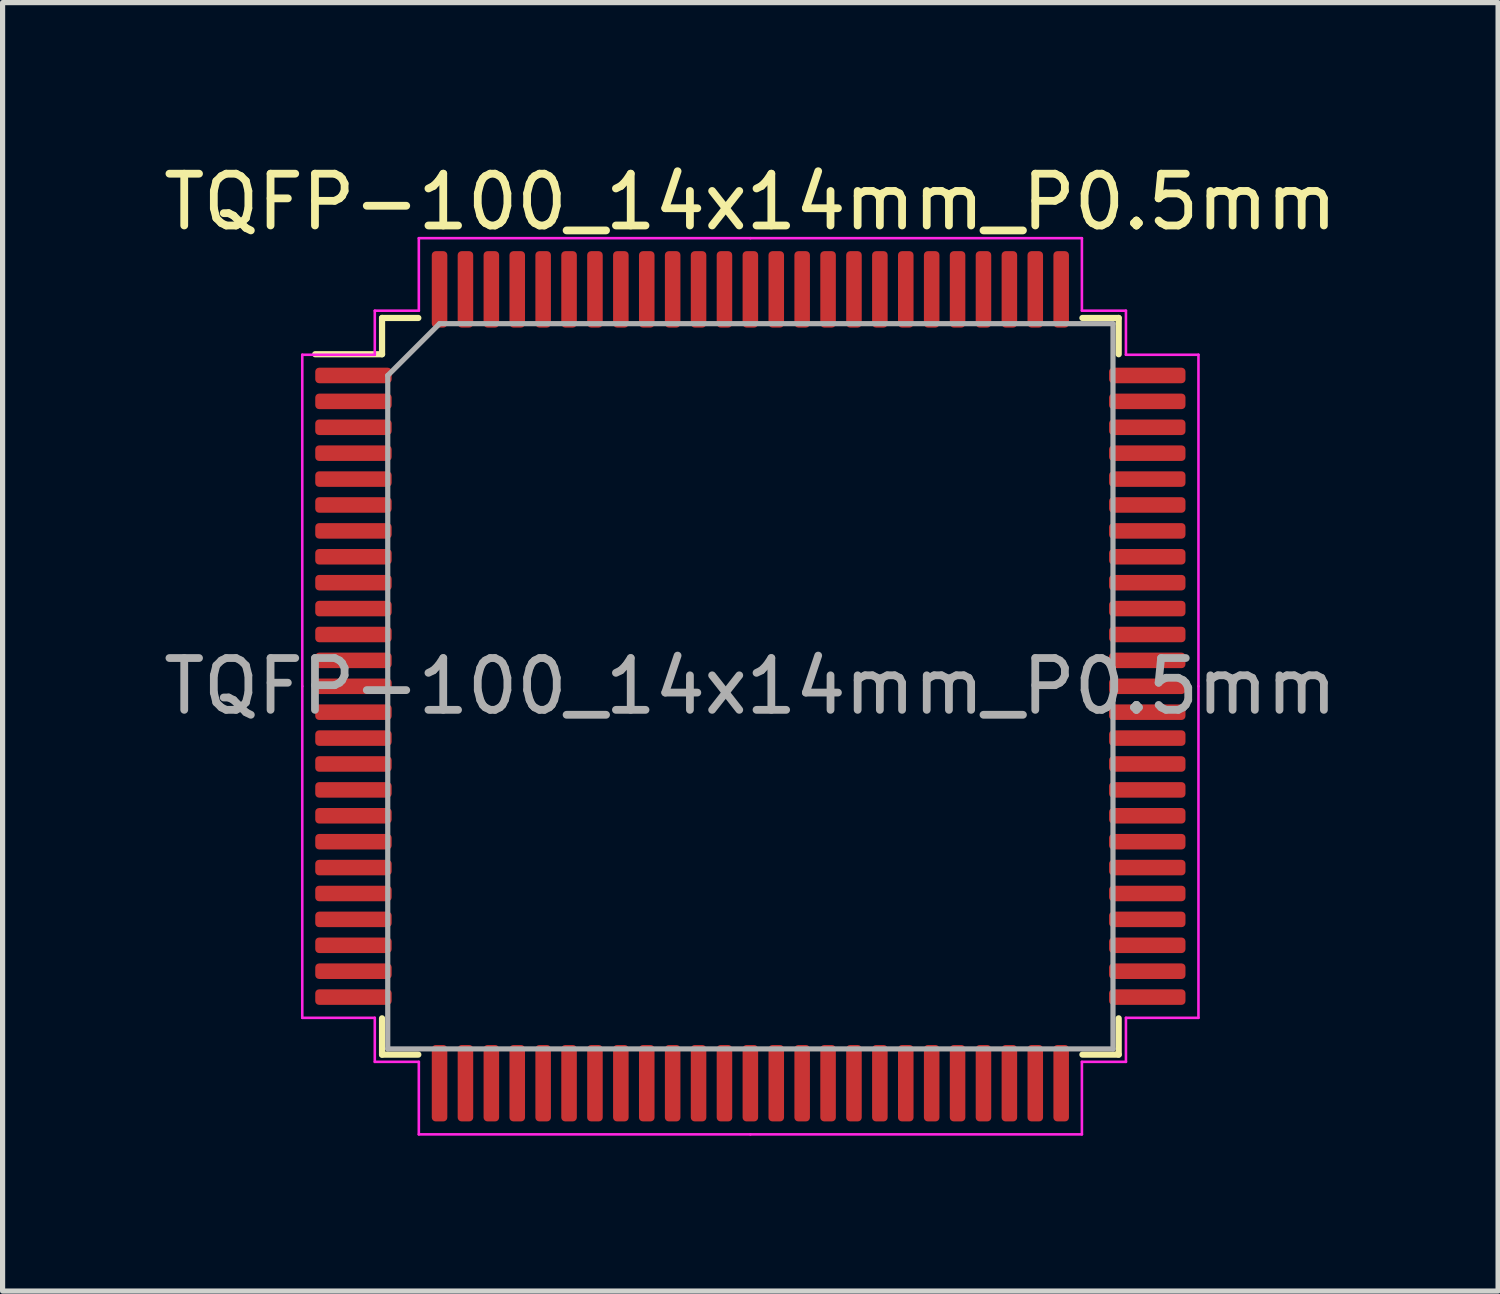
<source format=kicad_pcb>
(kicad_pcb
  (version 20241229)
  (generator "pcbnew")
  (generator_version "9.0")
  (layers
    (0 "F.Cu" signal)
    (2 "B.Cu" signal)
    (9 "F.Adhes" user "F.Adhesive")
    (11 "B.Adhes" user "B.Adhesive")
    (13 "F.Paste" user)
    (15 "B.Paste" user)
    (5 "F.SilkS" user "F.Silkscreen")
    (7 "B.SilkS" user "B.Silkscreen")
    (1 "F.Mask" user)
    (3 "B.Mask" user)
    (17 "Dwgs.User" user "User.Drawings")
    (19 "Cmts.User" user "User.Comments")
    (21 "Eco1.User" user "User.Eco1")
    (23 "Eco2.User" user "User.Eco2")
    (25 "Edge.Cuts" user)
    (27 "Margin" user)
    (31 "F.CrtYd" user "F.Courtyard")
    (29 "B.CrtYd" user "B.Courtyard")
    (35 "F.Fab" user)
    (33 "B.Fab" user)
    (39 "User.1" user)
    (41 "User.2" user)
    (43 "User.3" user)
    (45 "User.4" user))
  (footprint "TQFP-100_14x14mm_P0.5mm"
    (layer "F.Cu")
    (at 11.435 10.198)
    (property "Reference" "TQFP-100_14x14mm_P0.5mm" (at 0 -9.35 0) (layer "F.SilkS") (effects (font (size 1 1) (thickness 0.15))))
    (attr smd)
    (fp_line (start -7.11 -7.11) (end -7.11 -6.41) (stroke (width 0.12) (type solid)) (layer "F.SilkS"))
    (fp_line (start -7.11 -6.41) (end -8.4 -6.41) (stroke (width 0.12) (type solid)) (layer "F.SilkS"))
    (fp_line (start -7.11 7.11) (end -7.11 6.41) (stroke (width 0.12) (type solid)) (layer "F.SilkS"))
    (fp_line (start -6.41 -7.11) (end -7.11 -7.11) (stroke (width 0.12) (type solid)) (layer "F.SilkS"))
    (fp_line (start -6.41 7.11) (end -7.11 7.11) (stroke (width 0.12) (type solid)) (layer "F.SilkS"))
    (fp_line (start 6.41 -7.11) (end 7.11 -7.11) (stroke (width 0.12) (type solid)) (layer "F.SilkS"))
    (fp_line (start 6.41 7.11) (end 7.11 7.11) (stroke (width 0.12) (type solid)) (layer "F.SilkS"))
    (fp_line (start 7.11 -7.11) (end 7.11 -6.41) (stroke (width 0.12) (type solid)) (layer "F.SilkS"))
    (fp_line (start 7.11 7.11) (end 7.11 6.41) (stroke (width 0.12) (type solid)) (layer "F.SilkS"))
    (fp_line (start -8.65 -6.4) (end -8.65 0) (stroke (width 0.05) (type solid)) (layer "F.CrtYd"))
    (fp_line (start -8.65 6.4) (end -8.65 0) (stroke (width 0.05) (type solid)) (layer "F.CrtYd"))
    (fp_line (start -7.25 -7.25) (end -7.25 -6.4) (stroke (width 0.05) (type solid)) (layer "F.CrtYd"))
    (fp_line (start -7.25 -6.4) (end -8.65 -6.4) (stroke (width 0.05) (type solid)) (layer "F.CrtYd"))
    (fp_line (start -7.25 6.4) (end -8.65 6.4) (stroke (width 0.05) (type solid)) (layer "F.CrtYd"))
    (fp_line (start -7.25 7.25) (end -7.25 6.4) (stroke (width 0.05) (type solid)) (layer "F.CrtYd"))
    (fp_line (start -6.4 -8.65) (end -6.4 -7.25) (stroke (width 0.05) (type solid)) (layer "F.CrtYd"))
    (fp_line (start -6.4 -7.25) (end -7.25 -7.25) (stroke (width 0.05) (type solid)) (layer "F.CrtYd"))
    (fp_line (start -6.4 7.25) (end -7.25 7.25) (stroke (width 0.05) (type solid)) (layer "F.CrtYd"))
    (fp_line (start -6.4 8.65) (end -6.4 7.25) (stroke (width 0.05) (type solid)) (layer "F.CrtYd"))
    (fp_line (start 0 -8.65) (end -6.4 -8.65) (stroke (width 0.05) (type solid)) (layer "F.CrtYd"))
    (fp_line (start 0 -8.65) (end 6.4 -8.65) (stroke (width 0.05) (type solid)) (layer "F.CrtYd"))
    (fp_line (start 0 8.65) (end -6.4 8.65) (stroke (width 0.05) (type solid)) (layer "F.CrtYd"))
    (fp_line (start 0 8.65) (end 6.4 8.65) (stroke (width 0.05) (type solid)) (layer "F.CrtYd"))
    (fp_line (start 6.4 -8.65) (end 6.4 -7.25) (stroke (width 0.05) (type solid)) (layer "F.CrtYd"))
    (fp_line (start 6.4 -7.25) (end 7.25 -7.25) (stroke (width 0.05) (type solid)) (layer "F.CrtYd"))
    (fp_line (start 6.4 7.25) (end 7.25 7.25) (stroke (width 0.05) (type solid)) (layer "F.CrtYd"))
    (fp_line (start 6.4 8.65) (end 6.4 7.25) (stroke (width 0.05) (type solid)) (layer "F.CrtYd"))
    (fp_line (start 7.25 -7.25) (end 7.25 -6.4) (stroke (width 0.05) (type solid)) (layer "F.CrtYd"))
    (fp_line (start 7.25 -6.4) (end 8.65 -6.4) (stroke (width 0.05) (type solid)) (layer "F.CrtYd"))
    (fp_line (start 7.25 6.4) (end 8.65 6.4) (stroke (width 0.05) (type solid)) (layer "F.CrtYd"))
    (fp_line (start 7.25 7.25) (end 7.25 6.4) (stroke (width 0.05) (type solid)) (layer "F.CrtYd"))
    (fp_line (start 8.65 -6.4) (end 8.65 0) (stroke (width 0.05) (type solid)) (layer "F.CrtYd"))
    (fp_line (start 8.65 6.4) (end 8.65 0) (stroke (width 0.05) (type solid)) (layer "F.CrtYd"))
    (fp_line (start -7 -6) (end -6 -7) (stroke (width 0.1) (type solid)) (layer "F.Fab"))
    (fp_line (start -7 7) (end -7 -6) (stroke (width 0.1) (type solid)) (layer "F.Fab"))
    (fp_line (start -6 -7) (end 7 -7) (stroke (width 0.1) (type solid)) (layer "F.Fab"))
    (fp_line (start 7 -7) (end 7 7) (stroke (width 0.1) (type solid)) (layer "F.Fab"))
    (fp_line (start 7 7) (end -7 7) (stroke (width 0.1) (type solid)) (layer "F.Fab"))
    (fp_text user "${REFERENCE}" (at 0 0 0) (layer "F.Fab") (effects (font (size 1 1) (thickness 0.15))))
    (pad "1" smd roundrect (at -7.662 -6) (size 1.475 0.3) (layers "F.Cu" "F.Mask" "F.Paste") (roundrect_rratio 0.25))
    (pad "2" smd roundrect (at -7.662 -5.5) (size 1.475 0.3) (layers "F.Cu" "F.Mask" "F.Paste") (roundrect_rratio 0.25))
    (pad "3" smd roundrect (at -7.662 -5) (size 1.475 0.3) (layers "F.Cu" "F.Mask" "F.Paste") (roundrect_rratio 0.25))
    (pad "4" smd roundrect (at -7.662 -4.5) (size 1.475 0.3) (layers "F.Cu" "F.Mask" "F.Paste") (roundrect_rratio 0.25))
    (pad "5" smd roundrect (at -7.662 -4) (size 1.475 0.3) (layers "F.Cu" "F.Mask" "F.Paste") (roundrect_rratio 0.25))
    (pad "6" smd roundrect (at -7.662 -3.5) (size 1.475 0.3) (layers "F.Cu" "F.Mask" "F.Paste") (roundrect_rratio 0.25))
    (pad "7" smd roundrect (at -7.662 -3) (size 1.475 0.3) (layers "F.Cu" "F.Mask" "F.Paste") (roundrect_rratio 0.25))
    (pad "8" smd roundrect (at -7.662 -2.5) (size 1.475 0.3) (layers "F.Cu" "F.Mask" "F.Paste") (roundrect_rratio 0.25))
    (pad "9" smd roundrect (at -7.662 -2) (size 1.475 0.3) (layers "F.Cu" "F.Mask" "F.Paste") (roundrect_rratio 0.25))
    (pad "10" smd roundrect (at -7.662 -1.5) (size 1.475 0.3) (layers "F.Cu" "F.Mask" "F.Paste") (roundrect_rratio 0.25))
    (pad "11" smd roundrect (at -7.662 -1) (size 1.475 0.3) (layers "F.Cu" "F.Mask" "F.Paste") (roundrect_rratio 0.25))
    (pad "12" smd roundrect (at -7.662 -0.5) (size 1.475 0.3) (layers "F.Cu" "F.Mask" "F.Paste") (roundrect_rratio 0.25))
    (pad "13" smd roundrect (at -7.662 0) (size 1.475 0.3) (layers "F.Cu" "F.Mask" "F.Paste") (roundrect_rratio 0.25))
    (pad "14" smd roundrect (at -7.662 0.5) (size 1.475 0.3) (layers "F.Cu" "F.Mask" "F.Paste") (roundrect_rratio 0.25))
    (pad "15" smd roundrect (at -7.662 1) (size 1.475 0.3) (layers "F.Cu" "F.Mask" "F.Paste") (roundrect_rratio 0.25))
    (pad "16" smd roundrect (at -7.662 1.5) (size 1.475 0.3) (layers "F.Cu" "F.Mask" "F.Paste") (roundrect_rratio 0.25))
    (pad "17" smd roundrect (at -7.662 2) (size 1.475 0.3) (layers "F.Cu" "F.Mask" "F.Paste") (roundrect_rratio 0.25))
    (pad "18" smd roundrect (at -7.662 2.5) (size 1.475 0.3) (layers "F.Cu" "F.Mask" "F.Paste") (roundrect_rratio 0.25))
    (pad "19" smd roundrect (at -7.662 3) (size 1.475 0.3) (layers "F.Cu" "F.Mask" "F.Paste") (roundrect_rratio 0.25))
    (pad "20" smd roundrect (at -7.662 3.5) (size 1.475 0.3) (layers "F.Cu" "F.Mask" "F.Paste") (roundrect_rratio 0.25))
    (pad "21" smd roundrect (at -7.662 4) (size 1.475 0.3) (layers "F.Cu" "F.Mask" "F.Paste") (roundrect_rratio 0.25))
    (pad "22" smd roundrect (at -7.662 4.5) (size 1.475 0.3) (layers "F.Cu" "F.Mask" "F.Paste") (roundrect_rratio 0.25))
    (pad "23" smd roundrect (at -7.662 5) (size 1.475 0.3) (layers "F.Cu" "F.Mask" "F.Paste") (roundrect_rratio 0.25))
    (pad "24" smd roundrect (at -7.662 5.5) (size 1.475 0.3) (layers "F.Cu" "F.Mask" "F.Paste") (roundrect_rratio 0.25))
    (pad "25" smd roundrect (at -7.662 6) (size 1.475 0.3) (layers "F.Cu" "F.Mask" "F.Paste") (roundrect_rratio 0.25))
    (pad "26" smd roundrect (at -6 7.662) (size 0.3 1.475) (layers "F.Cu" "F.Mask" "F.Paste") (roundrect_rratio 0.25))
    (pad "27" smd roundrect (at -5.5 7.662) (size 0.3 1.475) (layers "F.Cu" "F.Mask" "F.Paste") (roundrect_rratio 0.25))
    (pad "28" smd roundrect (at -5 7.662) (size 0.3 1.475) (layers "F.Cu" "F.Mask" "F.Paste") (roundrect_rratio 0.25))
    (pad "29" smd roundrect (at -4.5 7.662) (size 0.3 1.475) (layers "F.Cu" "F.Mask" "F.Paste") (roundrect_rratio 0.25))
    (pad "30" smd roundrect (at -4 7.662) (size 0.3 1.475) (layers "F.Cu" "F.Mask" "F.Paste") (roundrect_rratio 0.25))
    (pad "31" smd roundrect (at -3.5 7.662) (size 0.3 1.475) (layers "F.Cu" "F.Mask" "F.Paste") (roundrect_rratio 0.25))
    (pad "32" smd roundrect (at -3 7.662) (size 0.3 1.475) (layers "F.Cu" "F.Mask" "F.Paste") (roundrect_rratio 0.25))
    (pad "33" smd roundrect (at -2.5 7.662) (size 0.3 1.475) (layers "F.Cu" "F.Mask" "F.Paste") (roundrect_rratio 0.25))
    (pad "34" smd roundrect (at -2 7.662) (size 0.3 1.475) (layers "F.Cu" "F.Mask" "F.Paste") (roundrect_rratio 0.25))
    (pad "35" smd roundrect (at -1.5 7.662) (size 0.3 1.475) (layers "F.Cu" "F.Mask" "F.Paste") (roundrect_rratio 0.25))
    (pad "36" smd roundrect (at -1 7.662) (size 0.3 1.475) (layers "F.Cu" "F.Mask" "F.Paste") (roundrect_rratio 0.25))
    (pad "37" smd roundrect (at -0.5 7.662) (size 0.3 1.475) (layers "F.Cu" "F.Mask" "F.Paste") (roundrect_rratio 0.25))
    (pad "38" smd roundrect (at 0 7.662) (size 0.3 1.475) (layers "F.Cu" "F.Mask" "F.Paste") (roundrect_rratio 0.25))
    (pad "39" smd roundrect (at 0.5 7.662) (size 0.3 1.475) (layers "F.Cu" "F.Mask" "F.Paste") (roundrect_rratio 0.25))
    (pad "40" smd roundrect (at 1 7.662) (size 0.3 1.475) (layers "F.Cu" "F.Mask" "F.Paste") (roundrect_rratio 0.25))
    (pad "41" smd roundrect (at 1.5 7.662) (size 0.3 1.475) (layers "F.Cu" "F.Mask" "F.Paste") (roundrect_rratio 0.25))
    (pad "42" smd roundrect (at 2 7.662) (size 0.3 1.475) (layers "F.Cu" "F.Mask" "F.Paste") (roundrect_rratio 0.25))
    (pad "43" smd roundrect (at 2.5 7.662) (size 0.3 1.475) (layers "F.Cu" "F.Mask" "F.Paste") (roundrect_rratio 0.25))
    (pad "44" smd roundrect (at 3 7.662) (size 0.3 1.475) (layers "F.Cu" "F.Mask" "F.Paste") (roundrect_rratio 0.25))
    (pad "45" smd roundrect (at 3.5 7.662) (size 0.3 1.475) (layers "F.Cu" "F.Mask" "F.Paste") (roundrect_rratio 0.25))
    (pad "46" smd roundrect (at 4 7.662) (size 0.3 1.475) (layers "F.Cu" "F.Mask" "F.Paste") (roundrect_rratio 0.25))
    (pad "47" smd roundrect (at 4.5 7.662) (size 0.3 1.475) (layers "F.Cu" "F.Mask" "F.Paste") (roundrect_rratio 0.25))
    (pad "48" smd roundrect (at 5 7.662) (size 0.3 1.475) (layers "F.Cu" "F.Mask" "F.Paste") (roundrect_rratio 0.25))
    (pad "49" smd roundrect (at 5.5 7.662) (size 0.3 1.475) (layers "F.Cu" "F.Mask" "F.Paste") (roundrect_rratio 0.25))
    (pad "50" smd roundrect (at 6 7.662) (size 0.3 1.475) (layers "F.Cu" "F.Mask" "F.Paste") (roundrect_rratio 0.25))
    (pad "51" smd roundrect (at 7.662 6) (size 1.475 0.3) (layers "F.Cu" "F.Mask" "F.Paste") (roundrect_rratio 0.25))
    (pad "52" smd roundrect (at 7.662 5.5) (size 1.475 0.3) (layers "F.Cu" "F.Mask" "F.Paste") (roundrect_rratio 0.25))
    (pad "53" smd roundrect (at 7.662 5) (size 1.475 0.3) (layers "F.Cu" "F.Mask" "F.Paste") (roundrect_rratio 0.25))
    (pad "54" smd roundrect (at 7.662 4.5) (size 1.475 0.3) (layers "F.Cu" "F.Mask" "F.Paste") (roundrect_rratio 0.25))
    (pad "55" smd roundrect (at 7.662 4) (size 1.475 0.3) (layers "F.Cu" "F.Mask" "F.Paste") (roundrect_rratio 0.25))
    (pad "56" smd roundrect (at 7.662 3.5) (size 1.475 0.3) (layers "F.Cu" "F.Mask" "F.Paste") (roundrect_rratio 0.25))
    (pad "57" smd roundrect (at 7.662 3) (size 1.475 0.3) (layers "F.Cu" "F.Mask" "F.Paste") (roundrect_rratio 0.25))
    (pad "58" smd roundrect (at 7.662 2.5) (size 1.475 0.3) (layers "F.Cu" "F.Mask" "F.Paste") (roundrect_rratio 0.25))
    (pad "59" smd roundrect (at 7.662 2) (size 1.475 0.3) (layers "F.Cu" "F.Mask" "F.Paste") (roundrect_rratio 0.25))
    (pad "60" smd roundrect (at 7.662 1.5) (size 1.475 0.3) (layers "F.Cu" "F.Mask" "F.Paste") (roundrect_rratio 0.25))
    (pad "61" smd roundrect (at 7.662 1) (size 1.475 0.3) (layers "F.Cu" "F.Mask" "F.Paste") (roundrect_rratio 0.25))
    (pad "62" smd roundrect (at 7.662 0.5) (size 1.475 0.3) (layers "F.Cu" "F.Mask" "F.Paste") (roundrect_rratio 0.25))
    (pad "63" smd roundrect (at 7.662 0) (size 1.475 0.3) (layers "F.Cu" "F.Mask" "F.Paste") (roundrect_rratio 0.25))
    (pad "64" smd roundrect (at 7.662 -0.5) (size 1.475 0.3) (layers "F.Cu" "F.Mask" "F.Paste") (roundrect_rratio 0.25))
    (pad "65" smd roundrect (at 7.662 -1) (size 1.475 0.3) (layers "F.Cu" "F.Mask" "F.Paste") (roundrect_rratio 0.25))
    (pad "66" smd roundrect (at 7.662 -1.5) (size 1.475 0.3) (layers "F.Cu" "F.Mask" "F.Paste") (roundrect_rratio 0.25))
    (pad "67" smd roundrect (at 7.662 -2) (size 1.475 0.3) (layers "F.Cu" "F.Mask" "F.Paste") (roundrect_rratio 0.25))
    (pad "68" smd roundrect (at 7.662 -2.5) (size 1.475 0.3) (layers "F.Cu" "F.Mask" "F.Paste") (roundrect_rratio 0.25))
    (pad "69" smd roundrect (at 7.662 -3) (size 1.475 0.3) (layers "F.Cu" "F.Mask" "F.Paste") (roundrect_rratio 0.25))
    (pad "70" smd roundrect (at 7.662 -3.5) (size 1.475 0.3) (layers "F.Cu" "F.Mask" "F.Paste") (roundrect_rratio 0.25))
    (pad "71" smd roundrect (at 7.662 -4) (size 1.475 0.3) (layers "F.Cu" "F.Mask" "F.Paste") (roundrect_rratio 0.25))
    (pad "72" smd roundrect (at 7.662 -4.5) (size 1.475 0.3) (layers "F.Cu" "F.Mask" "F.Paste") (roundrect_rratio 0.25))
    (pad "73" smd roundrect (at 7.662 -5) (size 1.475 0.3) (layers "F.Cu" "F.Mask" "F.Paste") (roundrect_rratio 0.25))
    (pad "74" smd roundrect (at 7.662 -5.5) (size 1.475 0.3) (layers "F.Cu" "F.Mask" "F.Paste") (roundrect_rratio 0.25))
    (pad "75" smd roundrect (at 7.662 -6) (size 1.475 0.3) (layers "F.Cu" "F.Mask" "F.Paste") (roundrect_rratio 0.25))
    (pad "76" smd roundrect (at 6 -7.662) (size 0.3 1.475) (layers "F.Cu" "F.Mask" "F.Paste") (roundrect_rratio 0.25))
    (pad "77" smd roundrect (at 5.5 -7.662) (size 0.3 1.475) (layers "F.Cu" "F.Mask" "F.Paste") (roundrect_rratio 0.25))
    (pad "78" smd roundrect (at 5 -7.662) (size 0.3 1.475) (layers "F.Cu" "F.Mask" "F.Paste") (roundrect_rratio 0.25))
    (pad "79" smd roundrect (at 4.5 -7.662) (size 0.3 1.475) (layers "F.Cu" "F.Mask" "F.Paste") (roundrect_rratio 0.25))
    (pad "80" smd roundrect (at 4 -7.662) (size 0.3 1.475) (layers "F.Cu" "F.Mask" "F.Paste") (roundrect_rratio 0.25))
    (pad "81" smd roundrect (at 3.5 -7.662) (size 0.3 1.475) (layers "F.Cu" "F.Mask" "F.Paste") (roundrect_rratio 0.25))
    (pad "82" smd roundrect (at 3 -7.662) (size 0.3 1.475) (layers "F.Cu" "F.Mask" "F.Paste") (roundrect_rratio 0.25))
    (pad "83" smd roundrect (at 2.5 -7.662) (size 0.3 1.475) (layers "F.Cu" "F.Mask" "F.Paste") (roundrect_rratio 0.25))
    (pad "84" smd roundrect (at 2 -7.662) (size 0.3 1.475) (layers "F.Cu" "F.Mask" "F.Paste") (roundrect_rratio 0.25))
    (pad "85" smd roundrect (at 1.5 -7.662) (size 0.3 1.475) (layers "F.Cu" "F.Mask" "F.Paste") (roundrect_rratio 0.25))
    (pad "86" smd roundrect (at 1 -7.662) (size 0.3 1.475) (layers "F.Cu" "F.Mask" "F.Paste") (roundrect_rratio 0.25))
    (pad "87" smd roundrect (at 0.5 -7.662) (size 0.3 1.475) (layers "F.Cu" "F.Mask" "F.Paste") (roundrect_rratio 0.25))
    (pad "88" smd roundrect (at 0 -7.662) (size 0.3 1.475) (layers "F.Cu" "F.Mask" "F.Paste") (roundrect_rratio 0.25))
    (pad "89" smd roundrect (at -0.5 -7.662) (size 0.3 1.475) (layers "F.Cu" "F.Mask" "F.Paste") (roundrect_rratio 0.25))
    (pad "90" smd roundrect (at -1 -7.662) (size 0.3 1.475) (layers "F.Cu" "F.Mask" "F.Paste") (roundrect_rratio 0.25))
    (pad "91" smd roundrect (at -1.5 -7.662) (size 0.3 1.475) (layers "F.Cu" "F.Mask" "F.Paste") (roundrect_rratio 0.25))
    (pad "92" smd roundrect (at -2 -7.662) (size 0.3 1.475) (layers "F.Cu" "F.Mask" "F.Paste") (roundrect_rratio 0.25))
    (pad "93" smd roundrect (at -2.5 -7.662) (size 0.3 1.475) (layers "F.Cu" "F.Mask" "F.Paste") (roundrect_rratio 0.25))
    (pad "94" smd roundrect (at -3 -7.662) (size 0.3 1.475) (layers "F.Cu" "F.Mask" "F.Paste") (roundrect_rratio 0.25))
    (pad "95" smd roundrect (at -3.5 -7.662) (size 0.3 1.475) (layers "F.Cu" "F.Mask" "F.Paste") (roundrect_rratio 0.25))
    (pad "96" smd roundrect (at -4 -7.662) (size 0.3 1.475) (layers "F.Cu" "F.Mask" "F.Paste") (roundrect_rratio 0.25))
    (pad "97" smd roundrect (at -4.5 -7.662) (size 0.3 1.475) (layers "F.Cu" "F.Mask" "F.Paste") (roundrect_rratio 0.25))
    (pad "98" smd roundrect (at -5 -7.662) (size 0.3 1.475) (layers "F.Cu" "F.Mask" "F.Paste") (roundrect_rratio 0.25))
    (pad "99" smd roundrect (at -5.5 -7.662) (size 0.3 1.475) (layers "F.Cu" "F.Mask" "F.Paste") (roundrect_rratio 0.25))
    (pad "100" smd roundrect (at -6 -7.662) (size 0.3 1.475) (layers "F.Cu" "F.Mask" "F.Paste") (roundrect_rratio 0.25)))
  (gr_rect
    (start -3 -3)
    (end 25.869 21.873)
    (stroke (width 0.1) (type default))
    (fill no)
    (layer "Edge.Cuts")))
</source>
